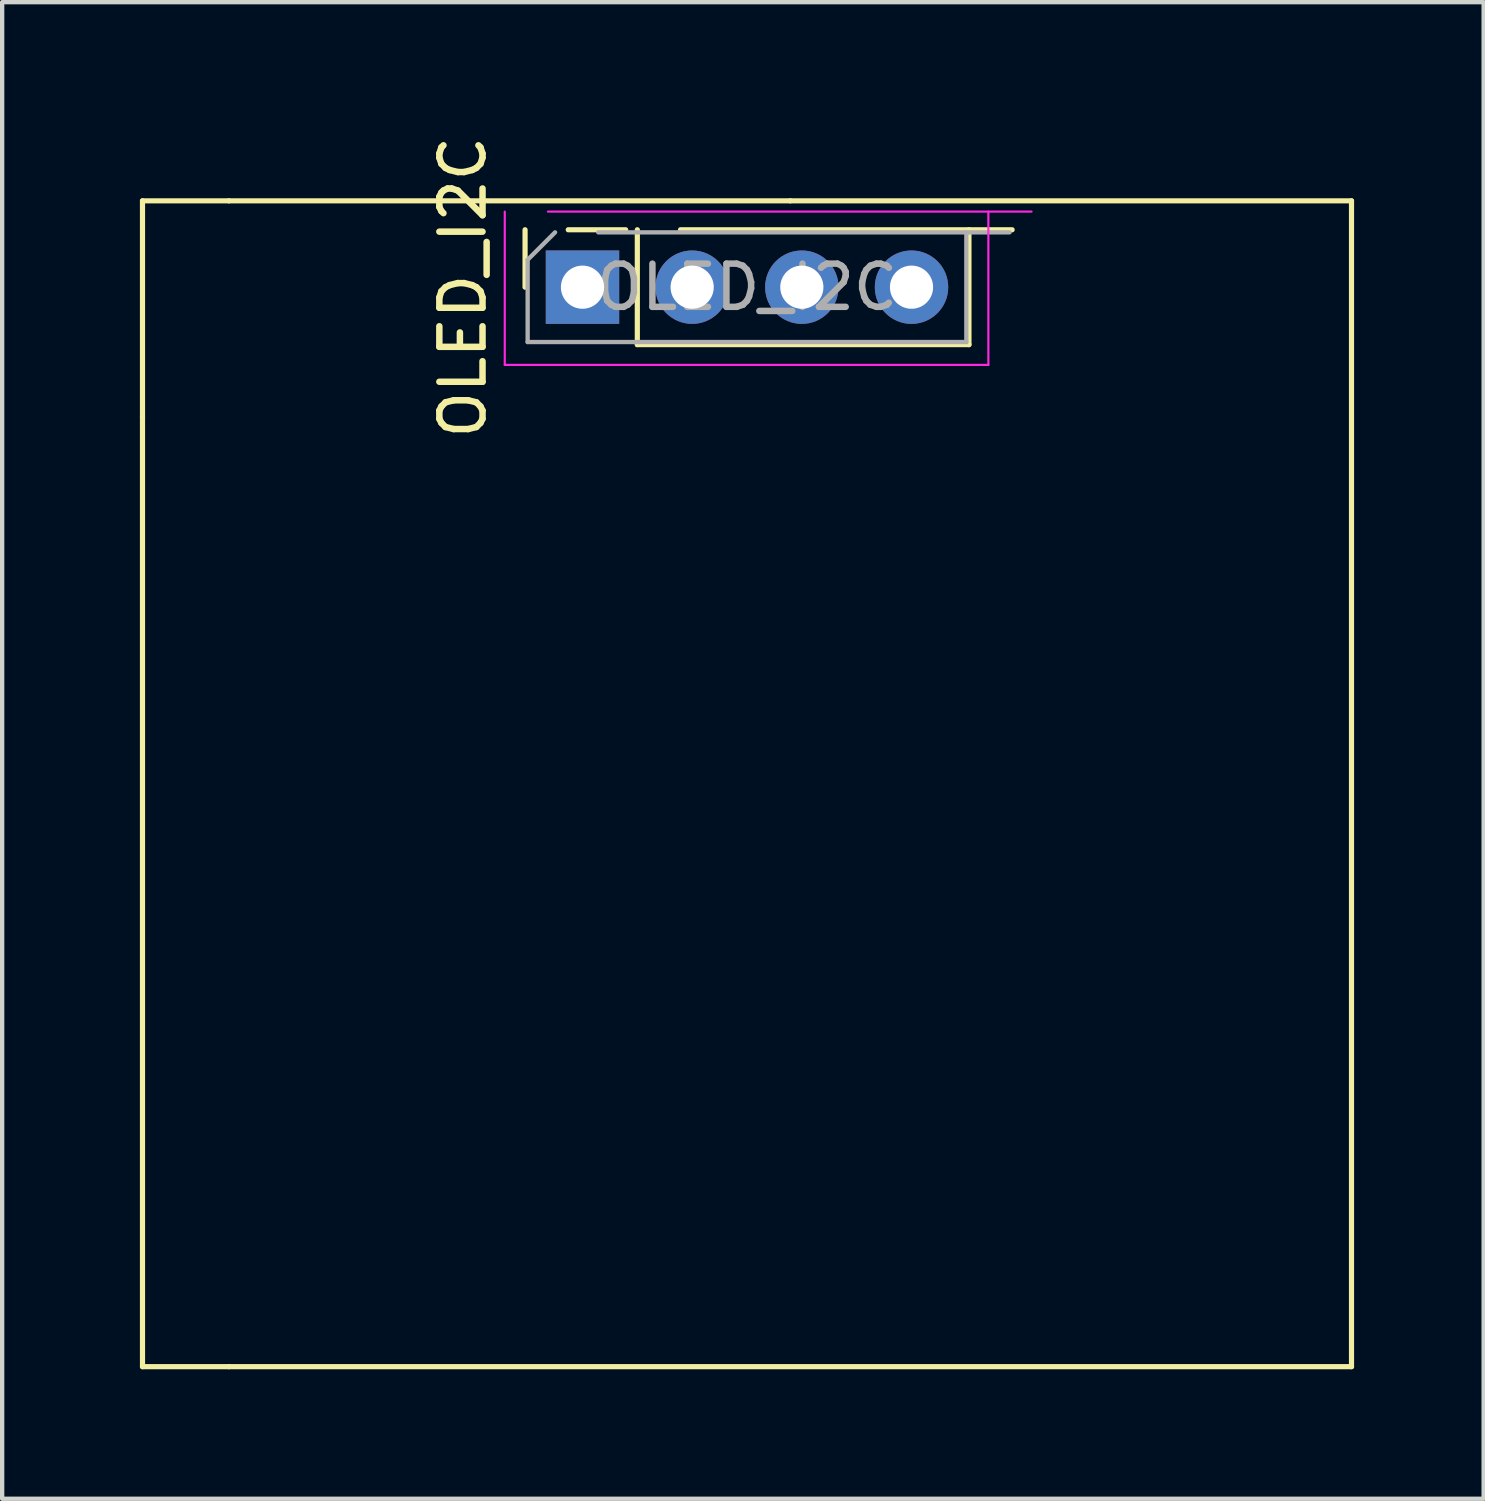
<source format=kicad_pcb>
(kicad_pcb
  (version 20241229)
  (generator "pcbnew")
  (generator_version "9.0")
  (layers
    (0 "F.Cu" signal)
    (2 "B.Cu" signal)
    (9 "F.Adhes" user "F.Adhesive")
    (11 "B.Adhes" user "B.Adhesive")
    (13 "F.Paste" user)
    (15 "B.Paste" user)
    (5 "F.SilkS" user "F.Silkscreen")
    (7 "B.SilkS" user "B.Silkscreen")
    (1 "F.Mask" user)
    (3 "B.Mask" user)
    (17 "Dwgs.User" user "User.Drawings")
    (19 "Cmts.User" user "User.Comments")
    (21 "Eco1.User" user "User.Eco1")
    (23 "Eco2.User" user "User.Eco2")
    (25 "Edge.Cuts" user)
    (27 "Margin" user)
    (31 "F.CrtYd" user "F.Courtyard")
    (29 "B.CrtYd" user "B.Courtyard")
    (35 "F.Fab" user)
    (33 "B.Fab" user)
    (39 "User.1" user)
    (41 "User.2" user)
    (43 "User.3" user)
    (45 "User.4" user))
  (footprint "OLED_I2C"
    (layer "F.Cu")
    (at 0.25 1.601)
    (property "Reference" "OLED_I2C" (at 7.42 2 90) (layer "F.SilkS") (effects (font (size 1 1) (thickness 0.15))))
    (attr through_hole)
    (fp_line (start 0 0) (end 0 5) (stroke (width 0.12) (type solid)) (layer "F.SilkS"))
    (fp_line (start 0 0) (end 2 0) (stroke (width 0.12) (type solid)) (layer "F.SilkS"))
    (fp_line (start 0 27) (end 0 5) (stroke (width 0.12) (type solid)) (layer "F.SilkS"))
    (fp_line (start 0 27) (end 2 27) (stroke (width 0.12) (type solid)) (layer "F.SilkS"))
    (fp_line (start 2 0) (end 15 0) (stroke (width 0.12) (type solid)) (layer "F.SilkS"))
    (fp_line (start 8.86 2) (end 8.86 0.67) (stroke (width 0.12) (type solid)) (layer "F.SilkS"))
    (fp_line (start 9.86 0.67) (end 11.19 0.67) (stroke (width 0.12) (type solid)) (layer "F.SilkS"))
    (fp_line (start 11.46 3.33) (end 11.46 0.67) (stroke (width 0.12) (type solid)) (layer "F.SilkS"))
    (fp_line (start 11.46 3.33) (end 19.14 3.33) (stroke (width 0.12) (type solid)) (layer "F.SilkS"))
    (fp_line (start 12.46 0.67) (end 20.14 0.67) (stroke (width 0.12) (type solid)) (layer "F.SilkS"))
    (fp_line (start 15 0) (end 28 0) (stroke (width 0.12) (type solid)) (layer "F.SilkS"))
    (fp_line (start 19.14 3.33) (end 19.14 0.67) (stroke (width 0.12) (type solid)) (layer "F.SilkS"))
    (fp_line (start 28 0) (end 28 27) (stroke (width 0.12) (type solid)) (layer "F.SilkS"))
    (fp_line (start 28 27) (end 2 27) (stroke (width 0.12) (type solid)) (layer "F.SilkS"))
    (fp_line (start 8.39 3.8) (end 8.39 0.25) (stroke (width 0.05) (type solid)) (layer "F.CrtYd"))
    (fp_line (start 9.39 0.25) (end 20.59 0.25) (stroke (width 0.05) (type solid)) (layer "F.CrtYd"))
    (fp_line (start 19.59 0.25) (end 19.59 3.8) (stroke (width 0.05) (type solid)) (layer "F.CrtYd"))
    (fp_line (start 19.59 3.8) (end 8.39 3.8) (stroke (width 0.05) (type solid)) (layer "F.CrtYd"))
    (fp_line (start 8.92 1.365) (end 9.555 0.73) (stroke (width 0.1) (type solid)) (layer "F.Fab"))
    (fp_line (start 8.92 3.27) (end 8.92 1.365) (stroke (width 0.1) (type solid)) (layer "F.Fab"))
    (fp_line (start 10.555 0.73) (end 20.08 0.73) (stroke (width 0.1) (type solid)) (layer "F.Fab"))
    (fp_line (start 19.08 0.73) (end 19.08 3.27) (stroke (width 0.1) (type solid)) (layer "F.Fab"))
    (fp_line (start 19.08 3.27) (end 8.92 3.27) (stroke (width 0.1) (type solid)) (layer "F.Fab"))
    (fp_text user "${REFERENCE}" (at 14 2 180) (layer "F.Fab") (effects (font (size 1 1) (thickness 0.15))))
    (pad "1" thru_hole rect (at 10.19 2 90) (size 1.7 1.7) (drill 1) (layers "*.Cu" "*.Mask"))
    (pad "2" thru_hole oval (at 12.73 2 90) (size 1.7 1.7) (drill 1) (layers "*.Cu" "*.Mask"))
    (pad "3" thru_hole oval (at 15.27 2 90) (size 1.7 1.7) (drill 1) (layers "*.Cu" "*.Mask"))
    (pad "4" thru_hole oval (at 17.81 2 90) (size 1.7 1.7) (drill 1) (layers "*.Cu" "*.Mask")))
  (gr_rect
    (start -3 -3)
    (end 31.31 31.661)
    (stroke (width 0.1) (type default))
    (fill no)
    (layer "Edge.Cuts")))
</source>
